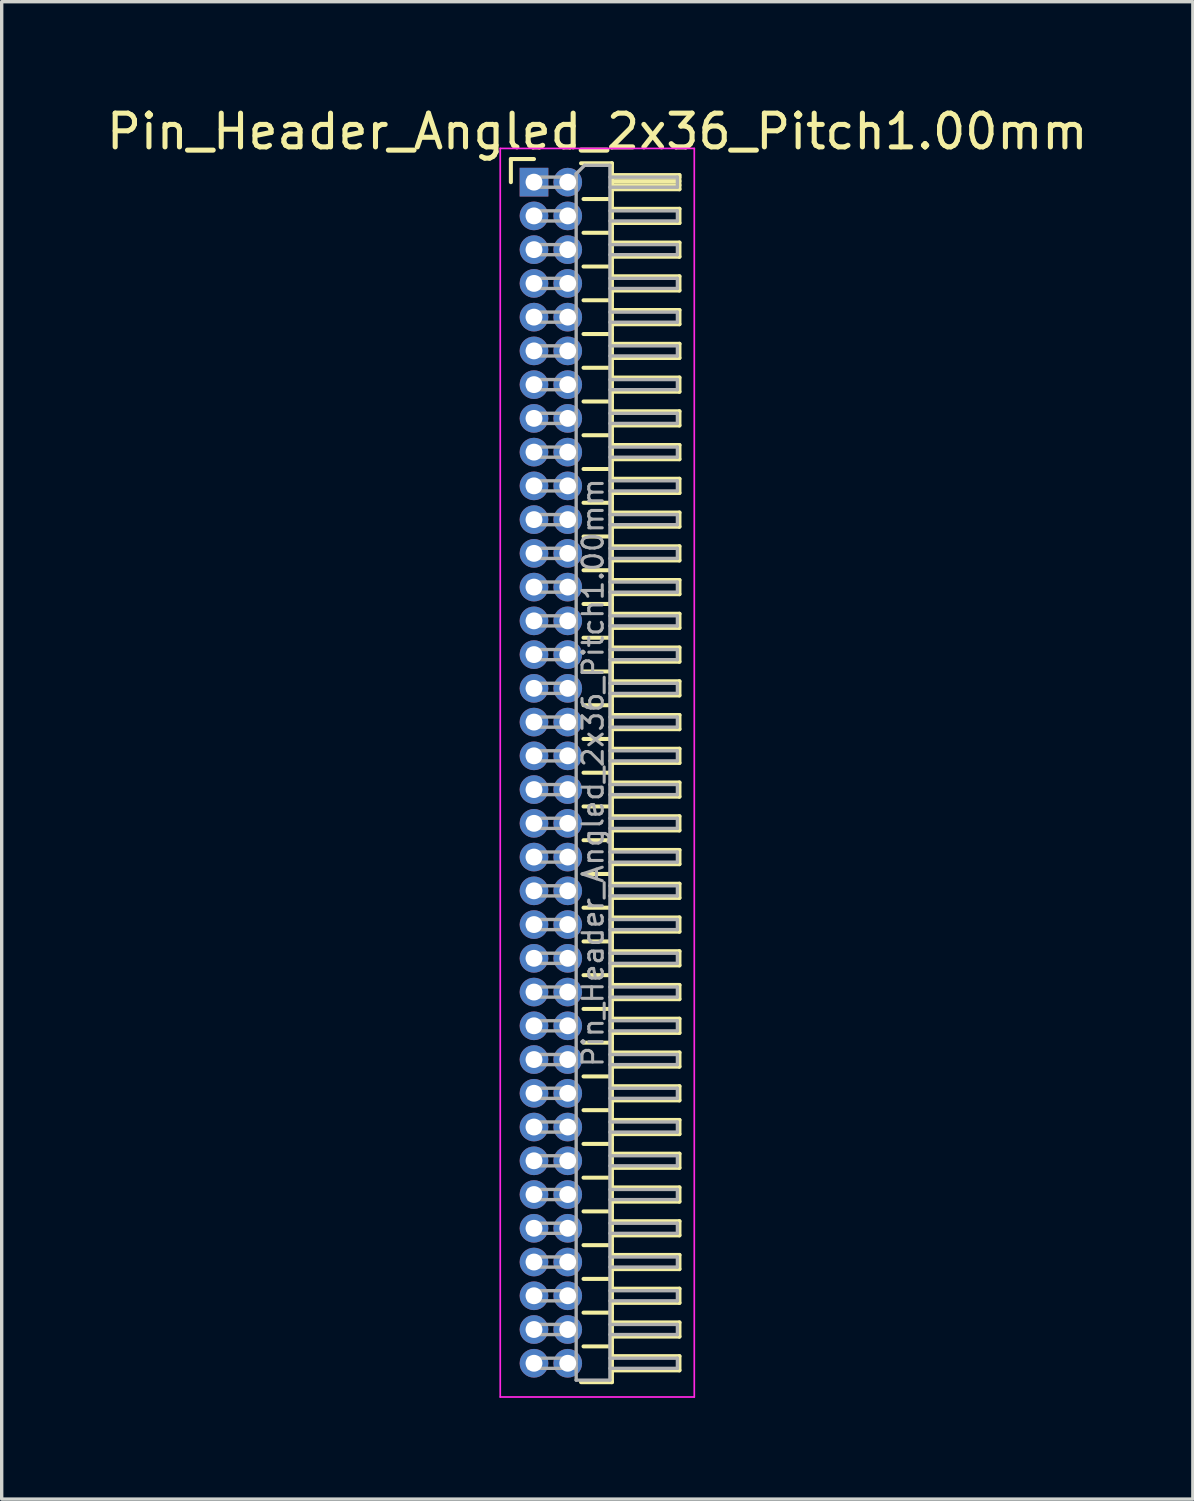
<source format=kicad_pcb>
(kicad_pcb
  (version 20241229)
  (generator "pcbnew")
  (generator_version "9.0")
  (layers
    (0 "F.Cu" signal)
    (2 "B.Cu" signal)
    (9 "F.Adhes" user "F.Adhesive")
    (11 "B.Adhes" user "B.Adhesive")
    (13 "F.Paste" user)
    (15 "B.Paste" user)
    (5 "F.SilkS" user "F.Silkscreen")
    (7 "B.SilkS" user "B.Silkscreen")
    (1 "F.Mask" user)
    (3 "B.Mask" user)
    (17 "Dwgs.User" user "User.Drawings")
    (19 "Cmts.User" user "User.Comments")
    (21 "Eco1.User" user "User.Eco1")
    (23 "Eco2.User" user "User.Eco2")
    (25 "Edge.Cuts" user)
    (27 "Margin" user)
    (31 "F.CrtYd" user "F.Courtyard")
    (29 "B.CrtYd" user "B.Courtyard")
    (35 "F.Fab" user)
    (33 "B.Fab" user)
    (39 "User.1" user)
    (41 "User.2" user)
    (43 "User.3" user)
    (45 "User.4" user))
  (footprint "Pin_Header_Angled_2x36_Pitch1.00mm"
    (layer "F.Cu")
    (at 12.774 2.348)
    (property "Reference" "Pin_Header_Angled_2x36_Pitch1.00mm" (at 1.875 -1.5 0) (layer "F.SilkS") (effects (font (size 1 1) (thickness 0.15))))
    (attr through_hole)
    (fp_line (start -0.685 -0.685) (end 0 -0.685) (stroke (width 0.12) (type solid)) (layer "F.SilkS"))
    (fp_line (start -0.685 0) (end -0.685 -0.685) (stroke (width 0.12) (type solid)) (layer "F.SilkS"))
    (fp_line (start 1.394 -0.56) (end 2.31 -0.56) (stroke (width 0.12) (type solid)) (layer "F.SilkS"))
    (fp_line (start 1.468 0.5) (end 2.31 0.5) (stroke (width 0.12) (type solid)) (layer "F.SilkS"))
    (fp_line (start 1.468 1.5) (end 2.31 1.5) (stroke (width 0.12) (type solid)) (layer "F.SilkS"))
    (fp_line (start 1.468 2.5) (end 2.31 2.5) (stroke (width 0.12) (type solid)) (layer "F.SilkS"))
    (fp_line (start 1.468 3.5) (end 2.31 3.5) (stroke (width 0.12) (type solid)) (layer "F.SilkS"))
    (fp_line (start 1.468 4.5) (end 2.31 4.5) (stroke (width 0.12) (type solid)) (layer "F.SilkS"))
    (fp_line (start 1.468 5.5) (end 2.31 5.5) (stroke (width 0.12) (type solid)) (layer "F.SilkS"))
    (fp_line (start 1.468 6.5) (end 2.31 6.5) (stroke (width 0.12) (type solid)) (layer "F.SilkS"))
    (fp_line (start 1.468 7.5) (end 2.31 7.5) (stroke (width 0.12) (type solid)) (layer "F.SilkS"))
    (fp_line (start 1.468 8.5) (end 2.31 8.5) (stroke (width 0.12) (type solid)) (layer "F.SilkS"))
    (fp_line (start 1.468 9.5) (end 2.31 9.5) (stroke (width 0.12) (type solid)) (layer "F.SilkS"))
    (fp_line (start 1.468 10.5) (end 2.31 10.5) (stroke (width 0.12) (type solid)) (layer "F.SilkS"))
    (fp_line (start 1.468 11.5) (end 2.31 11.5) (stroke (width 0.12) (type solid)) (layer "F.SilkS"))
    (fp_line (start 1.468 12.5) (end 2.31 12.5) (stroke (width 0.12) (type solid)) (layer "F.SilkS"))
    (fp_line (start 1.468 13.5) (end 2.31 13.5) (stroke (width 0.12) (type solid)) (layer "F.SilkS"))
    (fp_line (start 1.468 14.5) (end 2.31 14.5) (stroke (width 0.12) (type solid)) (layer "F.SilkS"))
    (fp_line (start 1.468 15.5) (end 2.31 15.5) (stroke (width 0.12) (type solid)) (layer "F.SilkS"))
    (fp_line (start 1.468 16.5) (end 2.31 16.5) (stroke (width 0.12) (type solid)) (layer "F.SilkS"))
    (fp_line (start 1.468 17.5) (end 2.31 17.5) (stroke (width 0.12) (type solid)) (layer "F.SilkS"))
    (fp_line (start 1.468 18.5) (end 2.31 18.5) (stroke (width 0.12) (type solid)) (layer "F.SilkS"))
    (fp_line (start 1.468 19.5) (end 2.31 19.5) (stroke (width 0.12) (type solid)) (layer "F.SilkS"))
    (fp_line (start 1.468 20.5) (end 2.31 20.5) (stroke (width 0.12) (type solid)) (layer "F.SilkS"))
    (fp_line (start 1.468 21.5) (end 2.31 21.5) (stroke (width 0.12) (type solid)) (layer "F.SilkS"))
    (fp_line (start 1.468 22.5) (end 2.31 22.5) (stroke (width 0.12) (type solid)) (layer "F.SilkS"))
    (fp_line (start 1.468 23.5) (end 2.31 23.5) (stroke (width 0.12) (type solid)) (layer "F.SilkS"))
    (fp_line (start 1.468 24.5) (end 2.31 24.5) (stroke (width 0.12) (type solid)) (layer "F.SilkS"))
    (fp_line (start 1.468 25.5) (end 2.31 25.5) (stroke (width 0.12) (type solid)) (layer "F.SilkS"))
    (fp_line (start 1.468 26.5) (end 2.31 26.5) (stroke (width 0.12) (type solid)) (layer "F.SilkS"))
    (fp_line (start 1.468 27.5) (end 2.31 27.5) (stroke (width 0.12) (type solid)) (layer "F.SilkS"))
    (fp_line (start 1.468 28.5) (end 2.31 28.5) (stroke (width 0.12) (type solid)) (layer "F.SilkS"))
    (fp_line (start 1.468 29.5) (end 2.31 29.5) (stroke (width 0.12) (type solid)) (layer "F.SilkS"))
    (fp_line (start 1.468 30.5) (end 2.31 30.5) (stroke (width 0.12) (type solid)) (layer "F.SilkS"))
    (fp_line (start 1.468 31.5) (end 2.31 31.5) (stroke (width 0.12) (type solid)) (layer "F.SilkS"))
    (fp_line (start 1.468 32.5) (end 2.31 32.5) (stroke (width 0.12) (type solid)) (layer "F.SilkS"))
    (fp_line (start 1.468 33.5) (end 2.31 33.5) (stroke (width 0.12) (type solid)) (layer "F.SilkS"))
    (fp_line (start 1.468 34.5) (end 2.31 34.5) (stroke (width 0.12) (type solid)) (layer "F.SilkS"))
    (fp_line (start 2.31 -0.56) (end 2.31 35.56) (stroke (width 0.12) (type solid)) (layer "F.SilkS"))
    (fp_line (start 2.31 -0.21) (end 4.31 -0.21) (stroke (width 0.12) (type solid)) (layer "F.SilkS"))
    (fp_line (start 2.31 -0.15) (end 4.31 -0.15) (stroke (width 0.12) (type solid)) (layer "F.SilkS"))
    (fp_line (start 2.31 -0.03) (end 4.31 -0.03) (stroke (width 0.12) (type solid)) (layer "F.SilkS"))
    (fp_line (start 2.31 0.09) (end 4.31 0.09) (stroke (width 0.12) (type solid)) (layer "F.SilkS"))
    (fp_line (start 2.31 0.79) (end 4.31 0.79) (stroke (width 0.12) (type solid)) (layer "F.SilkS"))
    (fp_line (start 2.31 1.79) (end 4.31 1.79) (stroke (width 0.12) (type solid)) (layer "F.SilkS"))
    (fp_line (start 2.31 2.79) (end 4.31 2.79) (stroke (width 0.12) (type solid)) (layer "F.SilkS"))
    (fp_line (start 2.31 3.79) (end 4.31 3.79) (stroke (width 0.12) (type solid)) (layer "F.SilkS"))
    (fp_line (start 2.31 4.79) (end 4.31 4.79) (stroke (width 0.12) (type solid)) (layer "F.SilkS"))
    (fp_line (start 2.31 5.79) (end 4.31 5.79) (stroke (width 0.12) (type solid)) (layer "F.SilkS"))
    (fp_line (start 2.31 6.79) (end 4.31 6.79) (stroke (width 0.12) (type solid)) (layer "F.SilkS"))
    (fp_line (start 2.31 7.79) (end 4.31 7.79) (stroke (width 0.12) (type solid)) (layer "F.SilkS"))
    (fp_line (start 2.31 8.79) (end 4.31 8.79) (stroke (width 0.12) (type solid)) (layer "F.SilkS"))
    (fp_line (start 2.31 9.79) (end 4.31 9.79) (stroke (width 0.12) (type solid)) (layer "F.SilkS"))
    (fp_line (start 2.31 10.79) (end 4.31 10.79) (stroke (width 0.12) (type solid)) (layer "F.SilkS"))
    (fp_line (start 2.31 11.79) (end 4.31 11.79) (stroke (width 0.12) (type solid)) (layer "F.SilkS"))
    (fp_line (start 2.31 12.79) (end 4.31 12.79) (stroke (width 0.12) (type solid)) (layer "F.SilkS"))
    (fp_line (start 2.31 13.79) (end 4.31 13.79) (stroke (width 0.12) (type solid)) (layer "F.SilkS"))
    (fp_line (start 2.31 14.79) (end 4.31 14.79) (stroke (width 0.12) (type solid)) (layer "F.SilkS"))
    (fp_line (start 2.31 15.79) (end 4.31 15.79) (stroke (width 0.12) (type solid)) (layer "F.SilkS"))
    (fp_line (start 2.31 16.79) (end 4.31 16.79) (stroke (width 0.12) (type solid)) (layer "F.SilkS"))
    (fp_line (start 2.31 17.79) (end 4.31 17.79) (stroke (width 0.12) (type solid)) (layer "F.SilkS"))
    (fp_line (start 2.31 18.79) (end 4.31 18.79) (stroke (width 0.12) (type solid)) (layer "F.SilkS"))
    (fp_line (start 2.31 19.79) (end 4.31 19.79) (stroke (width 0.12) (type solid)) (layer "F.SilkS"))
    (fp_line (start 2.31 20.79) (end 4.31 20.79) (stroke (width 0.12) (type solid)) (layer "F.SilkS"))
    (fp_line (start 2.31 21.79) (end 4.31 21.79) (stroke (width 0.12) (type solid)) (layer "F.SilkS"))
    (fp_line (start 2.31 22.79) (end 4.31 22.79) (stroke (width 0.12) (type solid)) (layer "F.SilkS"))
    (fp_line (start 2.31 23.79) (end 4.31 23.79) (stroke (width 0.12) (type solid)) (layer "F.SilkS"))
    (fp_line (start 2.31 24.79) (end 4.31 24.79) (stroke (width 0.12) (type solid)) (layer "F.SilkS"))
    (fp_line (start 2.31 25.79) (end 4.31 25.79) (stroke (width 0.12) (type solid)) (layer "F.SilkS"))
    (fp_line (start 2.31 26.79) (end 4.31 26.79) (stroke (width 0.12) (type solid)) (layer "F.SilkS"))
    (fp_line (start 2.31 27.79) (end 4.31 27.79) (stroke (width 0.12) (type solid)) (layer "F.SilkS"))
    (fp_line (start 2.31 28.79) (end 4.31 28.79) (stroke (width 0.12) (type solid)) (layer "F.SilkS"))
    (fp_line (start 2.31 29.79) (end 4.31 29.79) (stroke (width 0.12) (type solid)) (layer "F.SilkS"))
    (fp_line (start 2.31 30.79) (end 4.31 30.79) (stroke (width 0.12) (type solid)) (layer "F.SilkS"))
    (fp_line (start 2.31 31.79) (end 4.31 31.79) (stroke (width 0.12) (type solid)) (layer "F.SilkS"))
    (fp_line (start 2.31 32.79) (end 4.31 32.79) (stroke (width 0.12) (type solid)) (layer "F.SilkS"))
    (fp_line (start 2.31 33.79) (end 4.31 33.79) (stroke (width 0.12) (type solid)) (layer "F.SilkS"))
    (fp_line (start 2.31 34.79) (end 4.31 34.79) (stroke (width 0.12) (type solid)) (layer "F.SilkS"))
    (fp_line (start 2.31 35.56) (end 1.394 35.56) (stroke (width 0.12) (type solid)) (layer "F.SilkS"))
    (fp_line (start 4.31 -0.21) (end 4.31 0.21) (stroke (width 0.12) (type solid)) (layer "F.SilkS"))
    (fp_line (start 4.31 0.21) (end 2.31 0.21) (stroke (width 0.12) (type solid)) (layer "F.SilkS"))
    (fp_line (start 4.31 0.79) (end 4.31 1.21) (stroke (width 0.12) (type solid)) (layer "F.SilkS"))
    (fp_line (start 4.31 1.21) (end 2.31 1.21) (stroke (width 0.12) (type solid)) (layer "F.SilkS"))
    (fp_line (start 4.31 1.79) (end 4.31 2.21) (stroke (width 0.12) (type solid)) (layer "F.SilkS"))
    (fp_line (start 4.31 2.21) (end 2.31 2.21) (stroke (width 0.12) (type solid)) (layer "F.SilkS"))
    (fp_line (start 4.31 2.79) (end 4.31 3.21) (stroke (width 0.12) (type solid)) (layer "F.SilkS"))
    (fp_line (start 4.31 3.21) (end 2.31 3.21) (stroke (width 0.12) (type solid)) (layer "F.SilkS"))
    (fp_line (start 4.31 3.79) (end 4.31 4.21) (stroke (width 0.12) (type solid)) (layer "F.SilkS"))
    (fp_line (start 4.31 4.21) (end 2.31 4.21) (stroke (width 0.12) (type solid)) (layer "F.SilkS"))
    (fp_line (start 4.31 4.79) (end 4.31 5.21) (stroke (width 0.12) (type solid)) (layer "F.SilkS"))
    (fp_line (start 4.31 5.21) (end 2.31 5.21) (stroke (width 0.12) (type solid)) (layer "F.SilkS"))
    (fp_line (start 4.31 5.79) (end 4.31 6.21) (stroke (width 0.12) (type solid)) (layer "F.SilkS"))
    (fp_line (start 4.31 6.21) (end 2.31 6.21) (stroke (width 0.12) (type solid)) (layer "F.SilkS"))
    (fp_line (start 4.31 6.79) (end 4.31 7.21) (stroke (width 0.12) (type solid)) (layer "F.SilkS"))
    (fp_line (start 4.31 7.21) (end 2.31 7.21) (stroke (width 0.12) (type solid)) (layer "F.SilkS"))
    (fp_line (start 4.31 7.79) (end 4.31 8.21) (stroke (width 0.12) (type solid)) (layer "F.SilkS"))
    (fp_line (start 4.31 8.21) (end 2.31 8.21) (stroke (width 0.12) (type solid)) (layer "F.SilkS"))
    (fp_line (start 4.31 8.79) (end 4.31 9.21) (stroke (width 0.12) (type solid)) (layer "F.SilkS"))
    (fp_line (start 4.31 9.21) (end 2.31 9.21) (stroke (width 0.12) (type solid)) (layer "F.SilkS"))
    (fp_line (start 4.31 9.79) (end 4.31 10.21) (stroke (width 0.12) (type solid)) (layer "F.SilkS"))
    (fp_line (start 4.31 10.21) (end 2.31 10.21) (stroke (width 0.12) (type solid)) (layer "F.SilkS"))
    (fp_line (start 4.31 10.79) (end 4.31 11.21) (stroke (width 0.12) (type solid)) (layer "F.SilkS"))
    (fp_line (start 4.31 11.21) (end 2.31 11.21) (stroke (width 0.12) (type solid)) (layer "F.SilkS"))
    (fp_line (start 4.31 11.79) (end 4.31 12.21) (stroke (width 0.12) (type solid)) (layer "F.SilkS"))
    (fp_line (start 4.31 12.21) (end 2.31 12.21) (stroke (width 0.12) (type solid)) (layer "F.SilkS"))
    (fp_line (start 4.31 12.79) (end 4.31 13.21) (stroke (width 0.12) (type solid)) (layer "F.SilkS"))
    (fp_line (start 4.31 13.21) (end 2.31 13.21) (stroke (width 0.12) (type solid)) (layer "F.SilkS"))
    (fp_line (start 4.31 13.79) (end 4.31 14.21) (stroke (width 0.12) (type solid)) (layer "F.SilkS"))
    (fp_line (start 4.31 14.21) (end 2.31 14.21) (stroke (width 0.12) (type solid)) (layer "F.SilkS"))
    (fp_line (start 4.31 14.79) (end 4.31 15.21) (stroke (width 0.12) (type solid)) (layer "F.SilkS"))
    (fp_line (start 4.31 15.21) (end 2.31 15.21) (stroke (width 0.12) (type solid)) (layer "F.SilkS"))
    (fp_line (start 4.31 15.79) (end 4.31 16.21) (stroke (width 0.12) (type solid)) (layer "F.SilkS"))
    (fp_line (start 4.31 16.21) (end 2.31 16.21) (stroke (width 0.12) (type solid)) (layer "F.SilkS"))
    (fp_line (start 4.31 16.79) (end 4.31 17.21) (stroke (width 0.12) (type solid)) (layer "F.SilkS"))
    (fp_line (start 4.31 17.21) (end 2.31 17.21) (stroke (width 0.12) (type solid)) (layer "F.SilkS"))
    (fp_line (start 4.31 17.79) (end 4.31 18.21) (stroke (width 0.12) (type solid)) (layer "F.SilkS"))
    (fp_line (start 4.31 18.21) (end 2.31 18.21) (stroke (width 0.12) (type solid)) (layer "F.SilkS"))
    (fp_line (start 4.31 18.79) (end 4.31 19.21) (stroke (width 0.12) (type solid)) (layer "F.SilkS"))
    (fp_line (start 4.31 19.21) (end 2.31 19.21) (stroke (width 0.12) (type solid)) (layer "F.SilkS"))
    (fp_line (start 4.31 19.79) (end 4.31 20.21) (stroke (width 0.12) (type solid)) (layer "F.SilkS"))
    (fp_line (start 4.31 20.21) (end 2.31 20.21) (stroke (width 0.12) (type solid)) (layer "F.SilkS"))
    (fp_line (start 4.31 20.79) (end 4.31 21.21) (stroke (width 0.12) (type solid)) (layer "F.SilkS"))
    (fp_line (start 4.31 21.21) (end 2.31 21.21) (stroke (width 0.12) (type solid)) (layer "F.SilkS"))
    (fp_line (start 4.31 21.79) (end 4.31 22.21) (stroke (width 0.12) (type solid)) (layer "F.SilkS"))
    (fp_line (start 4.31 22.21) (end 2.31 22.21) (stroke (width 0.12) (type solid)) (layer "F.SilkS"))
    (fp_line (start 4.31 22.79) (end 4.31 23.21) (stroke (width 0.12) (type solid)) (layer "F.SilkS"))
    (fp_line (start 4.31 23.21) (end 2.31 23.21) (stroke (width 0.12) (type solid)) (layer "F.SilkS"))
    (fp_line (start 4.31 23.79) (end 4.31 24.21) (stroke (width 0.12) (type solid)) (layer "F.SilkS"))
    (fp_line (start 4.31 24.21) (end 2.31 24.21) (stroke (width 0.12) (type solid)) (layer "F.SilkS"))
    (fp_line (start 4.31 24.79) (end 4.31 25.21) (stroke (width 0.12) (type solid)) (layer "F.SilkS"))
    (fp_line (start 4.31 25.21) (end 2.31 25.21) (stroke (width 0.12) (type solid)) (layer "F.SilkS"))
    (fp_line (start 4.31 25.79) (end 4.31 26.21) (stroke (width 0.12) (type solid)) (layer "F.SilkS"))
    (fp_line (start 4.31 26.21) (end 2.31 26.21) (stroke (width 0.12) (type solid)) (layer "F.SilkS"))
    (fp_line (start 4.31 26.79) (end 4.31 27.21) (stroke (width 0.12) (type solid)) (layer "F.SilkS"))
    (fp_line (start 4.31 27.21) (end 2.31 27.21) (stroke (width 0.12) (type solid)) (layer "F.SilkS"))
    (fp_line (start 4.31 27.79) (end 4.31 28.21) (stroke (width 0.12) (type solid)) (layer "F.SilkS"))
    (fp_line (start 4.31 28.21) (end 2.31 28.21) (stroke (width 0.12) (type solid)) (layer "F.SilkS"))
    (fp_line (start 4.31 28.79) (end 4.31 29.21) (stroke (width 0.12) (type solid)) (layer "F.SilkS"))
    (fp_line (start 4.31 29.21) (end 2.31 29.21) (stroke (width 0.12) (type solid)) (layer "F.SilkS"))
    (fp_line (start 4.31 29.79) (end 4.31 30.21) (stroke (width 0.12) (type solid)) (layer "F.SilkS"))
    (fp_line (start 4.31 30.21) (end 2.31 30.21) (stroke (width 0.12) (type solid)) (layer "F.SilkS"))
    (fp_line (start 4.31 30.79) (end 4.31 31.21) (stroke (width 0.12) (type solid)) (layer "F.SilkS"))
    (fp_line (start 4.31 31.21) (end 2.31 31.21) (stroke (width 0.12) (type solid)) (layer "F.SilkS"))
    (fp_line (start 4.31 31.79) (end 4.31 32.21) (stroke (width 0.12) (type solid)) (layer "F.SilkS"))
    (fp_line (start 4.31 32.21) (end 2.31 32.21) (stroke (width 0.12) (type solid)) (layer "F.SilkS"))
    (fp_line (start 4.31 32.79) (end 4.31 33.21) (stroke (width 0.12) (type solid)) (layer "F.SilkS"))
    (fp_line (start 4.31 33.21) (end 2.31 33.21) (stroke (width 0.12) (type solid)) (layer "F.SilkS"))
    (fp_line (start 4.31 33.79) (end 4.31 34.21) (stroke (width 0.12) (type solid)) (layer "F.SilkS"))
    (fp_line (start 4.31 34.21) (end 2.31 34.21) (stroke (width 0.12) (type solid)) (layer "F.SilkS"))
    (fp_line (start 4.31 34.79) (end 4.31 35.21) (stroke (width 0.12) (type solid)) (layer "F.SilkS"))
    (fp_line (start 4.31 35.21) (end 2.31 35.21) (stroke (width 0.12) (type solid)) (layer "F.SilkS"))
    (fp_line (start -1 -1) (end -1 36) (stroke (width 0.05) (type solid)) (layer "F.CrtYd"))
    (fp_line (start -1 36) (end 4.75 36) (stroke (width 0.05) (type solid)) (layer "F.CrtYd"))
    (fp_line (start 4.75 -1) (end -1 -1) (stroke (width 0.05) (type solid)) (layer "F.CrtYd"))
    (fp_line (start 4.75 36) (end 4.75 -1) (stroke (width 0.05) (type solid)) (layer "F.CrtYd"))
    (fp_line (start -0.15 -0.15) (end -0.15 0.15) (stroke (width 0.1) (type solid)) (layer "F.Fab"))
    (fp_line (start -0.15 -0.15) (end 1.25 -0.15) (stroke (width 0.1) (type solid)) (layer "F.Fab"))
    (fp_line (start -0.15 0.15) (end 1.25 0.15) (stroke (width 0.1) (type solid)) (layer "F.Fab"))
    (fp_line (start -0.15 0.85) (end -0.15 1.15) (stroke (width 0.1) (type solid)) (layer "F.Fab"))
    (fp_line (start -0.15 0.85) (end 1.25 0.85) (stroke (width 0.1) (type solid)) (layer "F.Fab"))
    (fp_line (start -0.15 1.15) (end 1.25 1.15) (stroke (width 0.1) (type solid)) (layer "F.Fab"))
    (fp_line (start -0.15 1.85) (end -0.15 2.15) (stroke (width 0.1) (type solid)) (layer "F.Fab"))
    (fp_line (start -0.15 1.85) (end 1.25 1.85) (stroke (width 0.1) (type solid)) (layer "F.Fab"))
    (fp_line (start -0.15 2.15) (end 1.25 2.15) (stroke (width 0.1) (type solid)) (layer "F.Fab"))
    (fp_line (start -0.15 2.85) (end -0.15 3.15) (stroke (width 0.1) (type solid)) (layer "F.Fab"))
    (fp_line (start -0.15 2.85) (end 1.25 2.85) (stroke (width 0.1) (type solid)) (layer "F.Fab"))
    (fp_line (start -0.15 3.15) (end 1.25 3.15) (stroke (width 0.1) (type solid)) (layer "F.Fab"))
    (fp_line (start -0.15 3.85) (end -0.15 4.15) (stroke (width 0.1) (type solid)) (layer "F.Fab"))
    (fp_line (start -0.15 3.85) (end 1.25 3.85) (stroke (width 0.1) (type solid)) (layer "F.Fab"))
    (fp_line (start -0.15 4.15) (end 1.25 4.15) (stroke (width 0.1) (type solid)) (layer "F.Fab"))
    (fp_line (start -0.15 4.85) (end -0.15 5.15) (stroke (width 0.1) (type solid)) (layer "F.Fab"))
    (fp_line (start -0.15 4.85) (end 1.25 4.85) (stroke (width 0.1) (type solid)) (layer "F.Fab"))
    (fp_line (start -0.15 5.15) (end 1.25 5.15) (stroke (width 0.1) (type solid)) (layer "F.Fab"))
    (fp_line (start -0.15 5.85) (end -0.15 6.15) (stroke (width 0.1) (type solid)) (layer "F.Fab"))
    (fp_line (start -0.15 5.85) (end 1.25 5.85) (stroke (width 0.1) (type solid)) (layer "F.Fab"))
    (fp_line (start -0.15 6.15) (end 1.25 6.15) (stroke (width 0.1) (type solid)) (layer "F.Fab"))
    (fp_line (start -0.15 6.85) (end -0.15 7.15) (stroke (width 0.1) (type solid)) (layer "F.Fab"))
    (fp_line (start -0.15 6.85) (end 1.25 6.85) (stroke (width 0.1) (type solid)) (layer "F.Fab"))
    (fp_line (start -0.15 7.15) (end 1.25 7.15) (stroke (width 0.1) (type solid)) (layer "F.Fab"))
    (fp_line (start -0.15 7.85) (end -0.15 8.15) (stroke (width 0.1) (type solid)) (layer "F.Fab"))
    (fp_line (start -0.15 7.85) (end 1.25 7.85) (stroke (width 0.1) (type solid)) (layer "F.Fab"))
    (fp_line (start -0.15 8.15) (end 1.25 8.15) (stroke (width 0.1) (type solid)) (layer "F.Fab"))
    (fp_line (start -0.15 8.85) (end -0.15 9.15) (stroke (width 0.1) (type solid)) (layer "F.Fab"))
    (fp_line (start -0.15 8.85) (end 1.25 8.85) (stroke (width 0.1) (type solid)) (layer "F.Fab"))
    (fp_line (start -0.15 9.15) (end 1.25 9.15) (stroke (width 0.1) (type solid)) (layer "F.Fab"))
    (fp_line (start -0.15 9.85) (end -0.15 10.15) (stroke (width 0.1) (type solid)) (layer "F.Fab"))
    (fp_line (start -0.15 9.85) (end 1.25 9.85) (stroke (width 0.1) (type solid)) (layer "F.Fab"))
    (fp_line (start -0.15 10.15) (end 1.25 10.15) (stroke (width 0.1) (type solid)) (layer "F.Fab"))
    (fp_line (start -0.15 10.85) (end -0.15 11.15) (stroke (width 0.1) (type solid)) (layer "F.Fab"))
    (fp_line (start -0.15 10.85) (end 1.25 10.85) (stroke (width 0.1) (type solid)) (layer "F.Fab"))
    (fp_line (start -0.15 11.15) (end 1.25 11.15) (stroke (width 0.1) (type solid)) (layer "F.Fab"))
    (fp_line (start -0.15 11.85) (end -0.15 12.15) (stroke (width 0.1) (type solid)) (layer "F.Fab"))
    (fp_line (start -0.15 11.85) (end 1.25 11.85) (stroke (width 0.1) (type solid)) (layer "F.Fab"))
    (fp_line (start -0.15 12.15) (end 1.25 12.15) (stroke (width 0.1) (type solid)) (layer "F.Fab"))
    (fp_line (start -0.15 12.85) (end -0.15 13.15) (stroke (width 0.1) (type solid)) (layer "F.Fab"))
    (fp_line (start -0.15 12.85) (end 1.25 12.85) (stroke (width 0.1) (type solid)) (layer "F.Fab"))
    (fp_line (start -0.15 13.15) (end 1.25 13.15) (stroke (width 0.1) (type solid)) (layer "F.Fab"))
    (fp_line (start -0.15 13.85) (end -0.15 14.15) (stroke (width 0.1) (type solid)) (layer "F.Fab"))
    (fp_line (start -0.15 13.85) (end 1.25 13.85) (stroke (width 0.1) (type solid)) (layer "F.Fab"))
    (fp_line (start -0.15 14.15) (end 1.25 14.15) (stroke (width 0.1) (type solid)) (layer "F.Fab"))
    (fp_line (start -0.15 14.85) (end -0.15 15.15) (stroke (width 0.1) (type solid)) (layer "F.Fab"))
    (fp_line (start -0.15 14.85) (end 1.25 14.85) (stroke (width 0.1) (type solid)) (layer "F.Fab"))
    (fp_line (start -0.15 15.15) (end 1.25 15.15) (stroke (width 0.1) (type solid)) (layer "F.Fab"))
    (fp_line (start -0.15 15.85) (end -0.15 16.15) (stroke (width 0.1) (type solid)) (layer "F.Fab"))
    (fp_line (start -0.15 15.85) (end 1.25 15.85) (stroke (width 0.1) (type solid)) (layer "F.Fab"))
    (fp_line (start -0.15 16.15) (end 1.25 16.15) (stroke (width 0.1) (type solid)) (layer "F.Fab"))
    (fp_line (start -0.15 16.85) (end -0.15 17.15) (stroke (width 0.1) (type solid)) (layer "F.Fab"))
    (fp_line (start -0.15 16.85) (end 1.25 16.85) (stroke (width 0.1) (type solid)) (layer "F.Fab"))
    (fp_line (start -0.15 17.15) (end 1.25 17.15) (stroke (width 0.1) (type solid)) (layer "F.Fab"))
    (fp_line (start -0.15 17.85) (end -0.15 18.15) (stroke (width 0.1) (type solid)) (layer "F.Fab"))
    (fp_line (start -0.15 17.85) (end 1.25 17.85) (stroke (width 0.1) (type solid)) (layer "F.Fab"))
    (fp_line (start -0.15 18.15) (end 1.25 18.15) (stroke (width 0.1) (type solid)) (layer "F.Fab"))
    (fp_line (start -0.15 18.85) (end -0.15 19.15) (stroke (width 0.1) (type solid)) (layer "F.Fab"))
    (fp_line (start -0.15 18.85) (end 1.25 18.85) (stroke (width 0.1) (type solid)) (layer "F.Fab"))
    (fp_line (start -0.15 19.15) (end 1.25 19.15) (stroke (width 0.1) (type solid)) (layer "F.Fab"))
    (fp_line (start -0.15 19.85) (end -0.15 20.15) (stroke (width 0.1) (type solid)) (layer "F.Fab"))
    (fp_line (start -0.15 19.85) (end 1.25 19.85) (stroke (width 0.1) (type solid)) (layer "F.Fab"))
    (fp_line (start -0.15 20.15) (end 1.25 20.15) (stroke (width 0.1) (type solid)) (layer "F.Fab"))
    (fp_line (start -0.15 20.85) (end -0.15 21.15) (stroke (width 0.1) (type solid)) (layer "F.Fab"))
    (fp_line (start -0.15 20.85) (end 1.25 20.85) (stroke (width 0.1) (type solid)) (layer "F.Fab"))
    (fp_line (start -0.15 21.15) (end 1.25 21.15) (stroke (width 0.1) (type solid)) (layer "F.Fab"))
    (fp_line (start -0.15 21.85) (end -0.15 22.15) (stroke (width 0.1) (type solid)) (layer "F.Fab"))
    (fp_line (start -0.15 21.85) (end 1.25 21.85) (stroke (width 0.1) (type solid)) (layer "F.Fab"))
    (fp_line (start -0.15 22.15) (end 1.25 22.15) (stroke (width 0.1) (type solid)) (layer "F.Fab"))
    (fp_line (start -0.15 22.85) (end -0.15 23.15) (stroke (width 0.1) (type solid)) (layer "F.Fab"))
    (fp_line (start -0.15 22.85) (end 1.25 22.85) (stroke (width 0.1) (type solid)) (layer "F.Fab"))
    (fp_line (start -0.15 23.15) (end 1.25 23.15) (stroke (width 0.1) (type solid)) (layer "F.Fab"))
    (fp_line (start -0.15 23.85) (end -0.15 24.15) (stroke (width 0.1) (type solid)) (layer "F.Fab"))
    (fp_line (start -0.15 23.85) (end 1.25 23.85) (stroke (width 0.1) (type solid)) (layer "F.Fab"))
    (fp_line (start -0.15 24.15) (end 1.25 24.15) (stroke (width 0.1) (type solid)) (layer "F.Fab"))
    (fp_line (start -0.15 24.85) (end -0.15 25.15) (stroke (width 0.1) (type solid)) (layer "F.Fab"))
    (fp_line (start -0.15 24.85) (end 1.25 24.85) (stroke (width 0.1) (type solid)) (layer "F.Fab"))
    (fp_line (start -0.15 25.15) (end 1.25 25.15) (stroke (width 0.1) (type solid)) (layer "F.Fab"))
    (fp_line (start -0.15 25.85) (end -0.15 26.15) (stroke (width 0.1) (type solid)) (layer "F.Fab"))
    (fp_line (start -0.15 25.85) (end 1.25 25.85) (stroke (width 0.1) (type solid)) (layer "F.Fab"))
    (fp_line (start -0.15 26.15) (end 1.25 26.15) (stroke (width 0.1) (type solid)) (layer "F.Fab"))
    (fp_line (start -0.15 26.85) (end -0.15 27.15) (stroke (width 0.1) (type solid)) (layer "F.Fab"))
    (fp_line (start -0.15 26.85) (end 1.25 26.85) (stroke (width 0.1) (type solid)) (layer "F.Fab"))
    (fp_line (start -0.15 27.15) (end 1.25 27.15) (stroke (width 0.1) (type solid)) (layer "F.Fab"))
    (fp_line (start -0.15 27.85) (end -0.15 28.15) (stroke (width 0.1) (type solid)) (layer "F.Fab"))
    (fp_line (start -0.15 27.85) (end 1.25 27.85) (stroke (width 0.1) (type solid)) (layer "F.Fab"))
    (fp_line (start -0.15 28.15) (end 1.25 28.15) (stroke (width 0.1) (type solid)) (layer "F.Fab"))
    (fp_line (start -0.15 28.85) (end -0.15 29.15) (stroke (width 0.1) (type solid)) (layer "F.Fab"))
    (fp_line (start -0.15 28.85) (end 1.25 28.85) (stroke (width 0.1) (type solid)) (layer "F.Fab"))
    (fp_line (start -0.15 29.15) (end 1.25 29.15) (stroke (width 0.1) (type solid)) (layer "F.Fab"))
    (fp_line (start -0.15 29.85) (end -0.15 30.15) (stroke (width 0.1) (type solid)) (layer "F.Fab"))
    (fp_line (start -0.15 29.85) (end 1.25 29.85) (stroke (width 0.1) (type solid)) (layer "F.Fab"))
    (fp_line (start -0.15 30.15) (end 1.25 30.15) (stroke (width 0.1) (type solid)) (layer "F.Fab"))
    (fp_line (start -0.15 30.85) (end -0.15 31.15) (stroke (width 0.1) (type solid)) (layer "F.Fab"))
    (fp_line (start -0.15 30.85) (end 1.25 30.85) (stroke (width 0.1) (type solid)) (layer "F.Fab"))
    (fp_line (start -0.15 31.15) (end 1.25 31.15) (stroke (width 0.1) (type solid)) (layer "F.Fab"))
    (fp_line (start -0.15 31.85) (end -0.15 32.15) (stroke (width 0.1) (type solid)) (layer "F.Fab"))
    (fp_line (start -0.15 31.85) (end 1.25 31.85) (stroke (width 0.1) (type solid)) (layer "F.Fab"))
    (fp_line (start -0.15 32.15) (end 1.25 32.15) (stroke (width 0.1) (type solid)) (layer "F.Fab"))
    (fp_line (start -0.15 32.85) (end -0.15 33.15) (stroke (width 0.1) (type solid)) (layer "F.Fab"))
    (fp_line (start -0.15 32.85) (end 1.25 32.85) (stroke (width 0.1) (type solid)) (layer "F.Fab"))
    (fp_line (start -0.15 33.15) (end 1.25 33.15) (stroke (width 0.1) (type solid)) (layer "F.Fab"))
    (fp_line (start -0.15 33.85) (end -0.15 34.15) (stroke (width 0.1) (type solid)) (layer "F.Fab"))
    (fp_line (start -0.15 33.85) (end 1.25 33.85) (stroke (width 0.1) (type solid)) (layer "F.Fab"))
    (fp_line (start -0.15 34.15) (end 1.25 34.15) (stroke (width 0.1) (type solid)) (layer "F.Fab"))
    (fp_line (start -0.15 34.85) (end -0.15 35.15) (stroke (width 0.1) (type solid)) (layer "F.Fab"))
    (fp_line (start -0.15 34.85) (end 1.25 34.85) (stroke (width 0.1) (type solid)) (layer "F.Fab"))
    (fp_line (start -0.15 35.15) (end 1.25 35.15) (stroke (width 0.1) (type solid)) (layer "F.Fab"))
    (fp_line (start 1.25 -0.25) (end 1.5 -0.5) (stroke (width 0.1) (type solid)) (layer "F.Fab"))
    (fp_line (start 1.25 35.5) (end 1.25 -0.25) (stroke (width 0.1) (type solid)) (layer "F.Fab"))
    (fp_line (start 1.5 -0.5) (end 2.25 -0.5) (stroke (width 0.1) (type solid)) (layer "F.Fab"))
    (fp_line (start 2.25 -0.5) (end 2.25 35.5) (stroke (width 0.1) (type solid)) (layer "F.Fab"))
    (fp_line (start 2.25 -0.15) (end 4.25 -0.15) (stroke (width 0.1) (type solid)) (layer "F.Fab"))
    (fp_line (start 2.25 0.15) (end 4.25 0.15) (stroke (width 0.1) (type solid)) (layer "F.Fab"))
    (fp_line (start 2.25 0.85) (end 4.25 0.85) (stroke (width 0.1) (type solid)) (layer "F.Fab"))
    (fp_line (start 2.25 1.15) (end 4.25 1.15) (stroke (width 0.1) (type solid)) (layer "F.Fab"))
    (fp_line (start 2.25 1.85) (end 4.25 1.85) (stroke (width 0.1) (type solid)) (layer "F.Fab"))
    (fp_line (start 2.25 2.15) (end 4.25 2.15) (stroke (width 0.1) (type solid)) (layer "F.Fab"))
    (fp_line (start 2.25 2.85) (end 4.25 2.85) (stroke (width 0.1) (type solid)) (layer "F.Fab"))
    (fp_line (start 2.25 3.15) (end 4.25 3.15) (stroke (width 0.1) (type solid)) (layer "F.Fab"))
    (fp_line (start 2.25 3.85) (end 4.25 3.85) (stroke (width 0.1) (type solid)) (layer "F.Fab"))
    (fp_line (start 2.25 4.15) (end 4.25 4.15) (stroke (width 0.1) (type solid)) (layer "F.Fab"))
    (fp_line (start 2.25 4.85) (end 4.25 4.85) (stroke (width 0.1) (type solid)) (layer "F.Fab"))
    (fp_line (start 2.25 5.15) (end 4.25 5.15) (stroke (width 0.1) (type solid)) (layer "F.Fab"))
    (fp_line (start 2.25 5.85) (end 4.25 5.85) (stroke (width 0.1) (type solid)) (layer "F.Fab"))
    (fp_line (start 2.25 6.15) (end 4.25 6.15) (stroke (width 0.1) (type solid)) (layer "F.Fab"))
    (fp_line (start 2.25 6.85) (end 4.25 6.85) (stroke (width 0.1) (type solid)) (layer "F.Fab"))
    (fp_line (start 2.25 7.15) (end 4.25 7.15) (stroke (width 0.1) (type solid)) (layer "F.Fab"))
    (fp_line (start 2.25 7.85) (end 4.25 7.85) (stroke (width 0.1) (type solid)) (layer "F.Fab"))
    (fp_line (start 2.25 8.15) (end 4.25 8.15) (stroke (width 0.1) (type solid)) (layer "F.Fab"))
    (fp_line (start 2.25 8.85) (end 4.25 8.85) (stroke (width 0.1) (type solid)) (layer "F.Fab"))
    (fp_line (start 2.25 9.15) (end 4.25 9.15) (stroke (width 0.1) (type solid)) (layer "F.Fab"))
    (fp_line (start 2.25 9.85) (end 4.25 9.85) (stroke (width 0.1) (type solid)) (layer "F.Fab"))
    (fp_line (start 2.25 10.15) (end 4.25 10.15) (stroke (width 0.1) (type solid)) (layer "F.Fab"))
    (fp_line (start 2.25 10.85) (end 4.25 10.85) (stroke (width 0.1) (type solid)) (layer "F.Fab"))
    (fp_line (start 2.25 11.15) (end 4.25 11.15) (stroke (width 0.1) (type solid)) (layer "F.Fab"))
    (fp_line (start 2.25 11.85) (end 4.25 11.85) (stroke (width 0.1) (type solid)) (layer "F.Fab"))
    (fp_line (start 2.25 12.15) (end 4.25 12.15) (stroke (width 0.1) (type solid)) (layer "F.Fab"))
    (fp_line (start 2.25 12.85) (end 4.25 12.85) (stroke (width 0.1) (type solid)) (layer "F.Fab"))
    (fp_line (start 2.25 13.15) (end 4.25 13.15) (stroke (width 0.1) (type solid)) (layer "F.Fab"))
    (fp_line (start 2.25 13.85) (end 4.25 13.85) (stroke (width 0.1) (type solid)) (layer "F.Fab"))
    (fp_line (start 2.25 14.15) (end 4.25 14.15) (stroke (width 0.1) (type solid)) (layer "F.Fab"))
    (fp_line (start 2.25 14.85) (end 4.25 14.85) (stroke (width 0.1) (type solid)) (layer "F.Fab"))
    (fp_line (start 2.25 15.15) (end 4.25 15.15) (stroke (width 0.1) (type solid)) (layer "F.Fab"))
    (fp_line (start 2.25 15.85) (end 4.25 15.85) (stroke (width 0.1) (type solid)) (layer "F.Fab"))
    (fp_line (start 2.25 16.15) (end 4.25 16.15) (stroke (width 0.1) (type solid)) (layer "F.Fab"))
    (fp_line (start 2.25 16.85) (end 4.25 16.85) (stroke (width 0.1) (type solid)) (layer "F.Fab"))
    (fp_line (start 2.25 17.15) (end 4.25 17.15) (stroke (width 0.1) (type solid)) (layer "F.Fab"))
    (fp_line (start 2.25 17.85) (end 4.25 17.85) (stroke (width 0.1) (type solid)) (layer "F.Fab"))
    (fp_line (start 2.25 18.15) (end 4.25 18.15) (stroke (width 0.1) (type solid)) (layer "F.Fab"))
    (fp_line (start 2.25 18.85) (end 4.25 18.85) (stroke (width 0.1) (type solid)) (layer "F.Fab"))
    (fp_line (start 2.25 19.15) (end 4.25 19.15) (stroke (width 0.1) (type solid)) (layer "F.Fab"))
    (fp_line (start 2.25 19.85) (end 4.25 19.85) (stroke (width 0.1) (type solid)) (layer "F.Fab"))
    (fp_line (start 2.25 20.15) (end 4.25 20.15) (stroke (width 0.1) (type solid)) (layer "F.Fab"))
    (fp_line (start 2.25 20.85) (end 4.25 20.85) (stroke (width 0.1) (type solid)) (layer "F.Fab"))
    (fp_line (start 2.25 21.15) (end 4.25 21.15) (stroke (width 0.1) (type solid)) (layer "F.Fab"))
    (fp_line (start 2.25 21.85) (end 4.25 21.85) (stroke (width 0.1) (type solid)) (layer "F.Fab"))
    (fp_line (start 2.25 22.15) (end 4.25 22.15) (stroke (width 0.1) (type solid)) (layer "F.Fab"))
    (fp_line (start 2.25 22.85) (end 4.25 22.85) (stroke (width 0.1) (type solid)) (layer "F.Fab"))
    (fp_line (start 2.25 23.15) (end 4.25 23.15) (stroke (width 0.1) (type solid)) (layer "F.Fab"))
    (fp_line (start 2.25 23.85) (end 4.25 23.85) (stroke (width 0.1) (type solid)) (layer "F.Fab"))
    (fp_line (start 2.25 24.15) (end 4.25 24.15) (stroke (width 0.1) (type solid)) (layer "F.Fab"))
    (fp_line (start 2.25 24.85) (end 4.25 24.85) (stroke (width 0.1) (type solid)) (layer "F.Fab"))
    (fp_line (start 2.25 25.15) (end 4.25 25.15) (stroke (width 0.1) (type solid)) (layer "F.Fab"))
    (fp_line (start 2.25 25.85) (end 4.25 25.85) (stroke (width 0.1) (type solid)) (layer "F.Fab"))
    (fp_line (start 2.25 26.15) (end 4.25 26.15) (stroke (width 0.1) (type solid)) (layer "F.Fab"))
    (fp_line (start 2.25 26.85) (end 4.25 26.85) (stroke (width 0.1) (type solid)) (layer "F.Fab"))
    (fp_line (start 2.25 27.15) (end 4.25 27.15) (stroke (width 0.1) (type solid)) (layer "F.Fab"))
    (fp_line (start 2.25 27.85) (end 4.25 27.85) (stroke (width 0.1) (type solid)) (layer "F.Fab"))
    (fp_line (start 2.25 28.15) (end 4.25 28.15) (stroke (width 0.1) (type solid)) (layer "F.Fab"))
    (fp_line (start 2.25 28.85) (end 4.25 28.85) (stroke (width 0.1) (type solid)) (layer "F.Fab"))
    (fp_line (start 2.25 29.15) (end 4.25 29.15) (stroke (width 0.1) (type solid)) (layer "F.Fab"))
    (fp_line (start 2.25 29.85) (end 4.25 29.85) (stroke (width 0.1) (type solid)) (layer "F.Fab"))
    (fp_line (start 2.25 30.15) (end 4.25 30.15) (stroke (width 0.1) (type solid)) (layer "F.Fab"))
    (fp_line (start 2.25 30.85) (end 4.25 30.85) (stroke (width 0.1) (type solid)) (layer "F.Fab"))
    (fp_line (start 2.25 31.15) (end 4.25 31.15) (stroke (width 0.1) (type solid)) (layer "F.Fab"))
    (fp_line (start 2.25 31.85) (end 4.25 31.85) (stroke (width 0.1) (type solid)) (layer "F.Fab"))
    (fp_line (start 2.25 32.15) (end 4.25 32.15) (stroke (width 0.1) (type solid)) (layer "F.Fab"))
    (fp_line (start 2.25 32.85) (end 4.25 32.85) (stroke (width 0.1) (type solid)) (layer "F.Fab"))
    (fp_line (start 2.25 33.15) (end 4.25 33.15) (stroke (width 0.1) (type solid)) (layer "F.Fab"))
    (fp_line (start 2.25 33.85) (end 4.25 33.85) (stroke (width 0.1) (type solid)) (layer "F.Fab"))
    (fp_line (start 2.25 34.15) (end 4.25 34.15) (stroke (width 0.1) (type solid)) (layer "F.Fab"))
    (fp_line (start 2.25 34.85) (end 4.25 34.85) (stroke (width 0.1) (type solid)) (layer "F.Fab"))
    (fp_line (start 2.25 35.15) (end 4.25 35.15) (stroke (width 0.1) (type solid)) (layer "F.Fab"))
    (fp_line (start 2.25 35.5) (end 1.25 35.5) (stroke (width 0.1) (type solid)) (layer "F.Fab"))
    (fp_line (start 4.25 -0.15) (end 4.25 0.15) (stroke (width 0.1) (type solid)) (layer "F.Fab"))
    (fp_line (start 4.25 0.85) (end 4.25 1.15) (stroke (width 0.1) (type solid)) (layer "F.Fab"))
    (fp_line (start 4.25 1.85) (end 4.25 2.15) (stroke (width 0.1) (type solid)) (layer "F.Fab"))
    (fp_line (start 4.25 2.85) (end 4.25 3.15) (stroke (width 0.1) (type solid)) (layer "F.Fab"))
    (fp_line (start 4.25 3.85) (end 4.25 4.15) (stroke (width 0.1) (type solid)) (layer "F.Fab"))
    (fp_line (start 4.25 4.85) (end 4.25 5.15) (stroke (width 0.1) (type solid)) (layer "F.Fab"))
    (fp_line (start 4.25 5.85) (end 4.25 6.15) (stroke (width 0.1) (type solid)) (layer "F.Fab"))
    (fp_line (start 4.25 6.85) (end 4.25 7.15) (stroke (width 0.1) (type solid)) (layer "F.Fab"))
    (fp_line (start 4.25 7.85) (end 4.25 8.15) (stroke (width 0.1) (type solid)) (layer "F.Fab"))
    (fp_line (start 4.25 8.85) (end 4.25 9.15) (stroke (width 0.1) (type solid)) (layer "F.Fab"))
    (fp_line (start 4.25 9.85) (end 4.25 10.15) (stroke (width 0.1) (type solid)) (layer "F.Fab"))
    (fp_line (start 4.25 10.85) (end 4.25 11.15) (stroke (width 0.1) (type solid)) (layer "F.Fab"))
    (fp_line (start 4.25 11.85) (end 4.25 12.15) (stroke (width 0.1) (type solid)) (layer "F.Fab"))
    (fp_line (start 4.25 12.85) (end 4.25 13.15) (stroke (width 0.1) (type solid)) (layer "F.Fab"))
    (fp_line (start 4.25 13.85) (end 4.25 14.15) (stroke (width 0.1) (type solid)) (layer "F.Fab"))
    (fp_line (start 4.25 14.85) (end 4.25 15.15) (stroke (width 0.1) (type solid)) (layer "F.Fab"))
    (fp_line (start 4.25 15.85) (end 4.25 16.15) (stroke (width 0.1) (type solid)) (layer "F.Fab"))
    (fp_line (start 4.25 16.85) (end 4.25 17.15) (stroke (width 0.1) (type solid)) (layer "F.Fab"))
    (fp_line (start 4.25 17.85) (end 4.25 18.15) (stroke (width 0.1) (type solid)) (layer "F.Fab"))
    (fp_line (start 4.25 18.85) (end 4.25 19.15) (stroke (width 0.1) (type solid)) (layer "F.Fab"))
    (fp_line (start 4.25 19.85) (end 4.25 20.15) (stroke (width 0.1) (type solid)) (layer "F.Fab"))
    (fp_line (start 4.25 20.85) (end 4.25 21.15) (stroke (width 0.1) (type solid)) (layer "F.Fab"))
    (fp_line (start 4.25 21.85) (end 4.25 22.15) (stroke (width 0.1) (type solid)) (layer "F.Fab"))
    (fp_line (start 4.25 22.85) (end 4.25 23.15) (stroke (width 0.1) (type solid)) (layer "F.Fab"))
    (fp_line (start 4.25 23.85) (end 4.25 24.15) (stroke (width 0.1) (type solid)) (layer "F.Fab"))
    (fp_line (start 4.25 24.85) (end 4.25 25.15) (stroke (width 0.1) (type solid)) (layer "F.Fab"))
    (fp_line (start 4.25 25.85) (end 4.25 26.15) (stroke (width 0.1) (type solid)) (layer "F.Fab"))
    (fp_line (start 4.25 26.85) (end 4.25 27.15) (stroke (width 0.1) (type solid)) (layer "F.Fab"))
    (fp_line (start 4.25 27.85) (end 4.25 28.15) (stroke (width 0.1) (type solid)) (layer "F.Fab"))
    (fp_line (start 4.25 28.85) (end 4.25 29.15) (stroke (width 0.1) (type solid)) (layer "F.Fab"))
    (fp_line (start 4.25 29.85) (end 4.25 30.15) (stroke (width 0.1) (type solid)) (layer "F.Fab"))
    (fp_line (start 4.25 30.85) (end 4.25 31.15) (stroke (width 0.1) (type solid)) (layer "F.Fab"))
    (fp_line (start 4.25 31.85) (end 4.25 32.15) (stroke (width 0.1) (type solid)) (layer "F.Fab"))
    (fp_line (start 4.25 32.85) (end 4.25 33.15) (stroke (width 0.1) (type solid)) (layer "F.Fab"))
    (fp_line (start 4.25 33.85) (end 4.25 34.15) (stroke (width 0.1) (type solid)) (layer "F.Fab"))
    (fp_line (start 4.25 34.85) (end 4.25 35.15) (stroke (width 0.1) (type solid)) (layer "F.Fab"))
    (fp_text user "${REFERENCE}" (at 1.75 17.5 90) (layer "F.Fab") (effects (font (size 0.6 0.6) (thickness 0.09))))
    (pad "1" thru_hole rect (at 0 0) (size 0.85 0.85) (drill 0.5) (layers "*.Cu" "*.Mask"))
    (pad "2" thru_hole oval (at 1 0) (size 0.85 0.85) (drill 0.5) (layers "*.Cu" "*.Mask"))
    (pad "3" thru_hole oval (at 0 1) (size 0.85 0.85) (drill 0.5) (layers "*.Cu" "*.Mask"))
    (pad "4" thru_hole oval (at 1 1) (size 0.85 0.85) (drill 0.5) (layers "*.Cu" "*.Mask"))
    (pad "5" thru_hole oval (at 0 2) (size 0.85 0.85) (drill 0.5) (layers "*.Cu" "*.Mask"))
    (pad "6" thru_hole oval (at 1 2) (size 0.85 0.85) (drill 0.5) (layers "*.Cu" "*.Mask"))
    (pad "7" thru_hole oval (at 0 3) (size 0.85 0.85) (drill 0.5) (layers "*.Cu" "*.Mask"))
    (pad "8" thru_hole oval (at 1 3) (size 0.85 0.85) (drill 0.5) (layers "*.Cu" "*.Mask"))
    (pad "9" thru_hole oval (at 0 4) (size 0.85 0.85) (drill 0.5) (layers "*.Cu" "*.Mask"))
    (pad "10" thru_hole oval (at 1 4) (size 0.85 0.85) (drill 0.5) (layers "*.Cu" "*.Mask"))
    (pad "11" thru_hole oval (at 0 5) (size 0.85 0.85) (drill 0.5) (layers "*.Cu" "*.Mask"))
    (pad "12" thru_hole oval (at 1 5) (size 0.85 0.85) (drill 0.5) (layers "*.Cu" "*.Mask"))
    (pad "13" thru_hole oval (at 0 6) (size 0.85 0.85) (drill 0.5) (layers "*.Cu" "*.Mask"))
    (pad "14" thru_hole oval (at 1 6) (size 0.85 0.85) (drill 0.5) (layers "*.Cu" "*.Mask"))
    (pad "15" thru_hole oval (at 0 7) (size 0.85 0.85) (drill 0.5) (layers "*.Cu" "*.Mask"))
    (pad "16" thru_hole oval (at 1 7) (size 0.85 0.85) (drill 0.5) (layers "*.Cu" "*.Mask"))
    (pad "17" thru_hole oval (at 0 8) (size 0.85 0.85) (drill 0.5) (layers "*.Cu" "*.Mask"))
    (pad "18" thru_hole oval (at 1 8) (size 0.85 0.85) (drill 0.5) (layers "*.Cu" "*.Mask"))
    (pad "19" thru_hole oval (at 0 9) (size 0.85 0.85) (drill 0.5) (layers "*.Cu" "*.Mask"))
    (pad "20" thru_hole oval (at 1 9) (size 0.85 0.85) (drill 0.5) (layers "*.Cu" "*.Mask"))
    (pad "21" thru_hole oval (at 0 10) (size 0.85 0.85) (drill 0.5) (layers "*.Cu" "*.Mask"))
    (pad "22" thru_hole oval (at 1 10) (size 0.85 0.85) (drill 0.5) (layers "*.Cu" "*.Mask"))
    (pad "23" thru_hole oval (at 0 11) (size 0.85 0.85) (drill 0.5) (layers "*.Cu" "*.Mask"))
    (pad "24" thru_hole oval (at 1 11) (size 0.85 0.85) (drill 0.5) (layers "*.Cu" "*.Mask"))
    (pad "25" thru_hole oval (at 0 12) (size 0.85 0.85) (drill 0.5) (layers "*.Cu" "*.Mask"))
    (pad "26" thru_hole oval (at 1 12) (size 0.85 0.85) (drill 0.5) (layers "*.Cu" "*.Mask"))
    (pad "27" thru_hole oval (at 0 13) (size 0.85 0.85) (drill 0.5) (layers "*.Cu" "*.Mask"))
    (pad "28" thru_hole oval (at 1 13) (size 0.85 0.85) (drill 0.5) (layers "*.Cu" "*.Mask"))
    (pad "29" thru_hole oval (at 0 14) (size 0.85 0.85) (drill 0.5) (layers "*.Cu" "*.Mask"))
    (pad "30" thru_hole oval (at 1 14) (size 0.85 0.85) (drill 0.5) (layers "*.Cu" "*.Mask"))
    (pad "31" thru_hole oval (at 0 15) (size 0.85 0.85) (drill 0.5) (layers "*.Cu" "*.Mask"))
    (pad "32" thru_hole oval (at 1 15) (size 0.85 0.85) (drill 0.5) (layers "*.Cu" "*.Mask"))
    (pad "33" thru_hole oval (at 0 16) (size 0.85 0.85) (drill 0.5) (layers "*.Cu" "*.Mask"))
    (pad "34" thru_hole oval (at 1 16) (size 0.85 0.85) (drill 0.5) (layers "*.Cu" "*.Mask"))
    (pad "35" thru_hole oval (at 0 17) (size 0.85 0.85) (drill 0.5) (layers "*.Cu" "*.Mask"))
    (pad "36" thru_hole oval (at 1 17) (size 0.85 0.85) (drill 0.5) (layers "*.Cu" "*.Mask"))
    (pad "37" thru_hole oval (at 0 18) (size 0.85 0.85) (drill 0.5) (layers "*.Cu" "*.Mask"))
    (pad "38" thru_hole oval (at 1 18) (size 0.85 0.85) (drill 0.5) (layers "*.Cu" "*.Mask"))
    (pad "39" thru_hole oval (at 0 19) (size 0.85 0.85) (drill 0.5) (layers "*.Cu" "*.Mask"))
    (pad "40" thru_hole oval (at 1 19) (size 0.85 0.85) (drill 0.5) (layers "*.Cu" "*.Mask"))
    (pad "41" thru_hole oval (at 0 20) (size 0.85 0.85) (drill 0.5) (layers "*.Cu" "*.Mask"))
    (pad "42" thru_hole oval (at 1 20) (size 0.85 0.85) (drill 0.5) (layers "*.Cu" "*.Mask"))
    (pad "43" thru_hole oval (at 0 21) (size 0.85 0.85) (drill 0.5) (layers "*.Cu" "*.Mask"))
    (pad "44" thru_hole oval (at 1 21) (size 0.85 0.85) (drill 0.5) (layers "*.Cu" "*.Mask"))
    (pad "45" thru_hole oval (at 0 22) (size 0.85 0.85) (drill 0.5) (layers "*.Cu" "*.Mask"))
    (pad "46" thru_hole oval (at 1 22) (size 0.85 0.85) (drill 0.5) (layers "*.Cu" "*.Mask"))
    (pad "47" thru_hole oval (at 0 23) (size 0.85 0.85) (drill 0.5) (layers "*.Cu" "*.Mask"))
    (pad "48" thru_hole oval (at 1 23) (size 0.85 0.85) (drill 0.5) (layers "*.Cu" "*.Mask"))
    (pad "49" thru_hole oval (at 0 24) (size 0.85 0.85) (drill 0.5) (layers "*.Cu" "*.Mask"))
    (pad "50" thru_hole oval (at 1 24) (size 0.85 0.85) (drill 0.5) (layers "*.Cu" "*.Mask"))
    (pad "51" thru_hole oval (at 0 25) (size 0.85 0.85) (drill 0.5) (layers "*.Cu" "*.Mask"))
    (pad "52" thru_hole oval (at 1 25) (size 0.85 0.85) (drill 0.5) (layers "*.Cu" "*.Mask"))
    (pad "53" thru_hole oval (at 0 26) (size 0.85 0.85) (drill 0.5) (layers "*.Cu" "*.Mask"))
    (pad "54" thru_hole oval (at 1 26) (size 0.85 0.85) (drill 0.5) (layers "*.Cu" "*.Mask"))
    (pad "55" thru_hole oval (at 0 27) (size 0.85 0.85) (drill 0.5) (layers "*.Cu" "*.Mask"))
    (pad "56" thru_hole oval (at 1 27) (size 0.85 0.85) (drill 0.5) (layers "*.Cu" "*.Mask"))
    (pad "57" thru_hole oval (at 0 28) (size 0.85 0.85) (drill 0.5) (layers "*.Cu" "*.Mask"))
    (pad "58" thru_hole oval (at 1 28) (size 0.85 0.85) (drill 0.5) (layers "*.Cu" "*.Mask"))
    (pad "59" thru_hole oval (at 0 29) (size 0.85 0.85) (drill 0.5) (layers "*.Cu" "*.Mask"))
    (pad "60" thru_hole oval (at 1 29) (size 0.85 0.85) (drill 0.5) (layers "*.Cu" "*.Mask"))
    (pad "61" thru_hole oval (at 0 30) (size 0.85 0.85) (drill 0.5) (layers "*.Cu" "*.Mask"))
    (pad "62" thru_hole oval (at 1 30) (size 0.85 0.85) (drill 0.5) (layers "*.Cu" "*.Mask"))
    (pad "63" thru_hole oval (at 0 31) (size 0.85 0.85) (drill 0.5) (layers "*.Cu" "*.Mask"))
    (pad "64" thru_hole oval (at 1 31) (size 0.85 0.85) (drill 0.5) (layers "*.Cu" "*.Mask"))
    (pad "65" thru_hole oval (at 0 32) (size 0.85 0.85) (drill 0.5) (layers "*.Cu" "*.Mask"))
    (pad "66" thru_hole oval (at 1 32) (size 0.85 0.85) (drill 0.5) (layers "*.Cu" "*.Mask"))
    (pad "67" thru_hole oval (at 0 33) (size 0.85 0.85) (drill 0.5) (layers "*.Cu" "*.Mask"))
    (pad "68" thru_hole oval (at 1 33) (size 0.85 0.85) (drill 0.5) (layers "*.Cu" "*.Mask"))
    (pad "69" thru_hole oval (at 0 34) (size 0.85 0.85) (drill 0.5) (layers "*.Cu" "*.Mask"))
    (pad "70" thru_hole oval (at 1 34) (size 0.85 0.85) (drill 0.5) (layers "*.Cu" "*.Mask"))
    (pad "71" thru_hole oval (at 0 35) (size 0.85 0.85) (drill 0.5) (layers "*.Cu" "*.Mask"))
    (pad "72" thru_hole oval (at 1 35) (size 0.85 0.85) (drill 0.5) (layers "*.Cu" "*.Mask")))
  (gr_rect
    (start -3 -3)
    (end 32.298 41.373)
    (stroke (width 0.1) (type default))
    (fill no)
    (layer "Edge.Cuts")))
</source>
